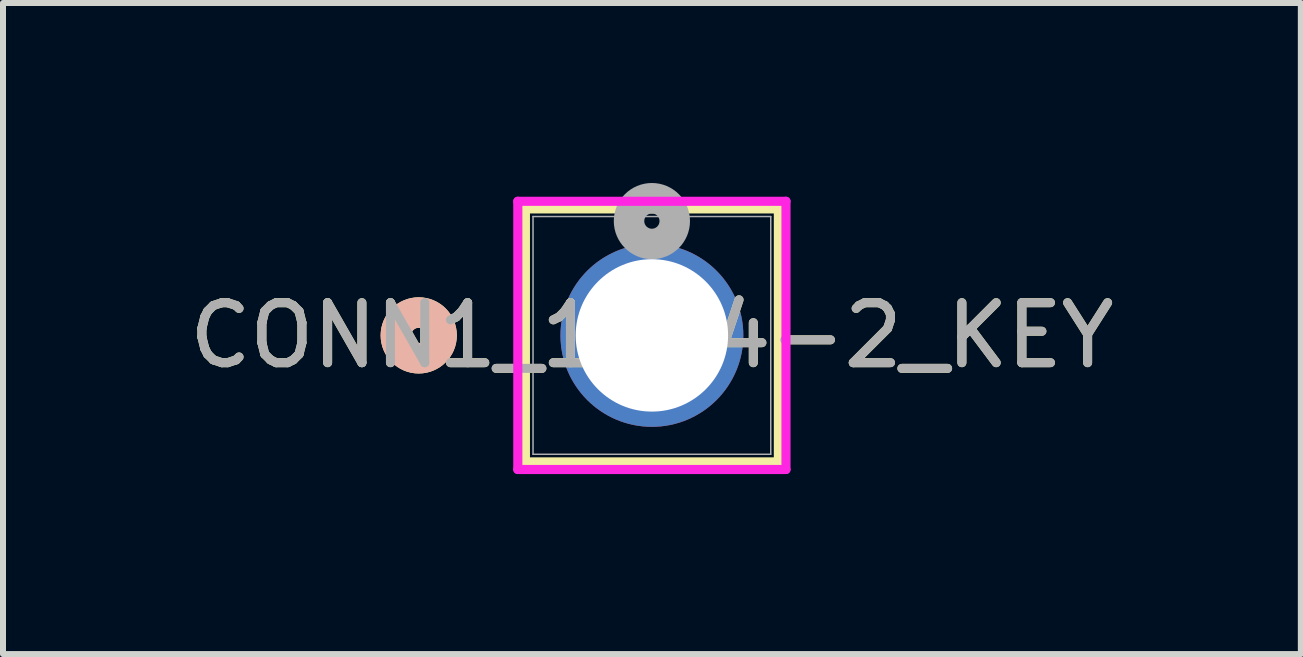
<source format=kicad_pcb>
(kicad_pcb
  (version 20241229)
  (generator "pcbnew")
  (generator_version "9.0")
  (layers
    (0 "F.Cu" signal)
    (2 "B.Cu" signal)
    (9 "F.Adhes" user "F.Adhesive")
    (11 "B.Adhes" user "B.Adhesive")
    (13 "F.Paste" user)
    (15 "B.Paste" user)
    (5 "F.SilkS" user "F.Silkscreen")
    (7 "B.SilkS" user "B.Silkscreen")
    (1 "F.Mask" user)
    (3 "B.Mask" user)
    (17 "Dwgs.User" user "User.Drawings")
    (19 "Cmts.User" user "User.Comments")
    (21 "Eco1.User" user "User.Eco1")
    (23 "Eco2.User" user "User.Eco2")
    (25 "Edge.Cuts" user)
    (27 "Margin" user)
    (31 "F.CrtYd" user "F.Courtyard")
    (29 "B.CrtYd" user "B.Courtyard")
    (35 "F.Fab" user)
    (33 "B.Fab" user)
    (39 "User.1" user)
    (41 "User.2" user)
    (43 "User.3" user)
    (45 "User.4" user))
  (footprint "CONN1_1514-2_KEY"
    (layer "F.Cu")
    (at 7.815 2.54)
    (property "Reference" "CONN1_1514-2_KEY" (at 0 0 0) (unlocked yes) (layer "F.SilkS") (effects (font (size 1 1) (thickness 0.15))))
    (attr through_hole)
    (fp_line (start -2.108 -2.108) (end -2.108 2.108) (stroke (width 0.152) (type solid)) (layer "F.SilkS"))
    (fp_line (start -2.108 2.108) (end 2.108 2.108) (stroke (width 0.152) (type solid)) (layer "F.SilkS"))
    (fp_line (start 2.108 -2.108) (end -2.108 -2.108) (stroke (width 0.152) (type solid)) (layer "F.SilkS"))
    (fp_line (start 2.108 2.108) (end 2.108 -2.108) (stroke (width 0.152) (type solid)) (layer "F.SilkS"))
    (fp_circle (center -3.886 0) (end -3.505 0) (stroke (width 0.508) (type solid)) (fill no) (layer "F.SilkS"))
    (fp_circle (center -3.886 0) (end -3.505 0) (stroke (width 0.508) (type solid)) (fill no) (layer "B.SilkS"))
    (fp_line (start -2.235 -2.235) (end -2.235 2.235) (stroke (width 0.152) (type solid)) (layer "F.CrtYd"))
    (fp_line (start -2.235 2.235) (end 2.235 2.235) (stroke (width 0.152) (type solid)) (layer "F.CrtYd"))
    (fp_line (start 2.235 -2.235) (end -2.235 -2.235) (stroke (width 0.152) (type solid)) (layer "F.CrtYd"))
    (fp_line (start 2.235 2.235) (end 2.235 -2.235) (stroke (width 0.152) (type solid)) (layer "F.CrtYd"))
    (fp_line (start -1.981 -1.981) (end -1.981 1.981) (stroke (width 0.025) (type solid)) (layer "F.Fab"))
    (fp_line (start -1.981 1.981) (end 1.981 1.981) (stroke (width 0.025) (type solid)) (layer "F.Fab"))
    (fp_line (start 1.981 -1.981) (end -1.981 -1.981) (stroke (width 0.025) (type solid)) (layer "F.Fab"))
    (fp_line (start 1.981 1.981) (end 1.981 -1.981) (stroke (width 0.025) (type solid)) (layer "F.Fab"))
    (fp_circle (center 0 -1.905) (end 0.381 -1.905) (stroke (width 0.508) (type solid)) (fill no) (layer "F.Fab"))
    (fp_text user "${REFERENCE}" (at 0 0 0) (unlocked yes) (layer "F.Fab") (effects (font (size 1 1) (thickness 0.15))))
    (pad "1" thru_hole circle (at 0 0) (size 3.048 3.048) (drill 2.54) (layers "*.Cu" "*.Mask")))
  (gr_rect
    (start -3 -3)
    (end 18.631 7.851)
    (stroke (width 0.1) (type default))
    (fill no)
    (layer "Edge.Cuts")))
</source>
